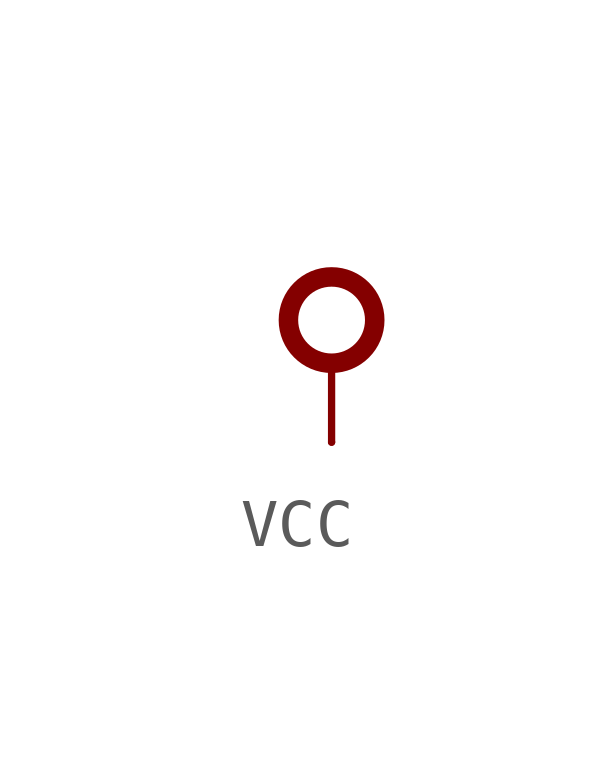
<source format=kicad_sym>
(kicad_symbol_lib
  (version 20231120)
  (generator "kicad_symbol_editor")
  (generator_version "8.0")
  (symbol "VCC"
    (power)
    (property "Reference" "#V"
      (at 0 0 0)
      (effects (font (size 1.27 1.27)) (hide yes)))
    (property "Value" ""
      (at -2.54 1.587 0)
      (effects (font (size 1.778 1.511)) (justify left bottom)))
    (property "ki_locked" ""
      (at 0 0 0)
      (effects (font (size 1.27 1.27))))
    (symbol "VCC_1_0"
      (polyline (pts (xy 0 -2.54) (xy 0 -0.953)) (stroke (width 0.152) (type solid)) (fill (type none)))
      (circle (center 0 -0.0001) (radius 0.898) (stroke (width 0.406) (type solid)) (fill (type none)))
      (pin power_in line (at 0 -2.54 90) (length 0) (name "VCC" (effects (font (size 0 0)))) (number "1" (effects (font (size 0 0))))))))
</source>
